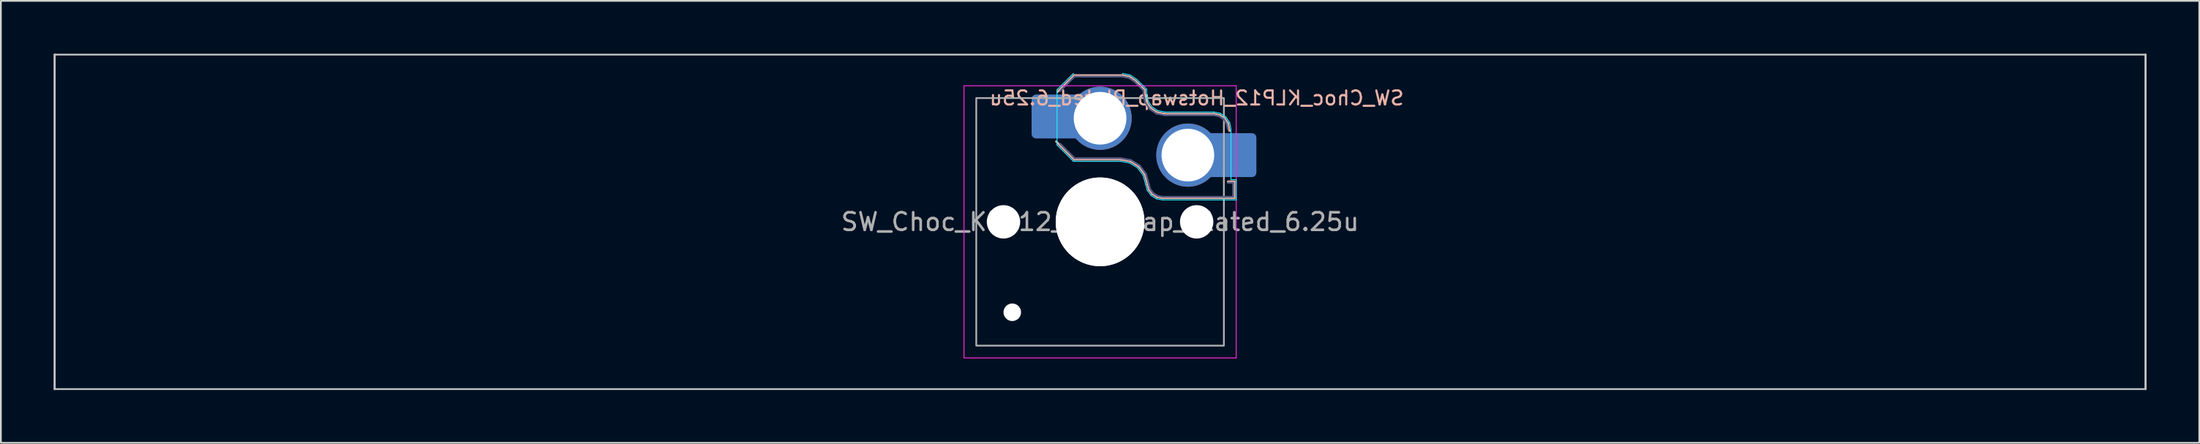
<source format=kicad_pcb>
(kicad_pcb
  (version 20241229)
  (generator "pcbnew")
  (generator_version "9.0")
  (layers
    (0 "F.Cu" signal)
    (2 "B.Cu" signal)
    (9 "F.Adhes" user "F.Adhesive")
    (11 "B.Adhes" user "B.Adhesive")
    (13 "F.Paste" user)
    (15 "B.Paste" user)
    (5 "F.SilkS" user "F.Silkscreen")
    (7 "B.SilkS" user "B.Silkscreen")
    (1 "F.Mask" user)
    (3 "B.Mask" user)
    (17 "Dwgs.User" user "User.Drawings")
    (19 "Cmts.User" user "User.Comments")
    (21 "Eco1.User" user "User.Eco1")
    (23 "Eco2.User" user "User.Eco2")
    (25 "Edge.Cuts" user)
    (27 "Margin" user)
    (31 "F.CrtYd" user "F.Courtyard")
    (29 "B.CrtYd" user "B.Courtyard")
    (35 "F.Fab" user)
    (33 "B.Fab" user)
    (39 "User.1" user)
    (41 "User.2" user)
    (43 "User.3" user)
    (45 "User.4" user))
  (footprint "SW_Choc_KLP12_Hotswap_Plated_6.25u"
    (layer "F.Cu")
    (at 59.591 9.585)
    (property "Reference" "SW_Choc_KLP12_Hotswap_Plated_6.25u" (at 5.5 -7.05 0) (layer "B.SilkS") (effects (font (size 0.8 0.8) (thickness 0.12)) (justify mirror)))
    (attr smd)
    (fp_line (start -2.416 -7.409) (end -1.479 -8.346) (stroke (width 0.12) (type solid)) (layer "B.SilkS"))
    (fp_line (start -1.479 -8.346) (end 1.268 -8.346) (stroke (width 0.12) (type solid)) (layer "B.SilkS"))
    (fp_line (start -1.479 -3.554) (end -2.5 -4.575) (stroke (width 0.12) (type solid)) (layer "B.SilkS"))
    (fp_line (start 1.168 -3.554) (end -1.479 -3.554) (stroke (width 0.12) (type solid)) (layer "B.SilkS"))
    (fp_line (start 1.268 -8.346) (end 1.671 -8.266) (stroke (width 0.12) (type solid)) (layer "B.SilkS"))
    (fp_line (start 1.671 -8.266) (end 2.013 -8.037) (stroke (width 0.12) (type solid)) (layer "B.SilkS"))
    (fp_line (start 1.73 -3.449) (end 1.168 -3.554) (stroke (width 0.12) (type solid)) (layer "B.SilkS"))
    (fp_line (start 2.013 -8.037) (end 2.546 -7.504) (stroke (width 0.12) (type solid)) (layer "B.SilkS"))
    (fp_line (start 2.209 -3.15) (end 1.73 -3.449) (stroke (width 0.12) (type solid)) (layer "B.SilkS"))
    (fp_line (start 2.546 -7.504) (end 2.546 -7.282) (stroke (width 0.12) (type solid)) (layer "B.SilkS"))
    (fp_line (start 2.546 -7.282) (end 2.633 -6.844) (stroke (width 0.12) (type solid)) (layer "B.SilkS"))
    (fp_line (start 2.547 -2.697) (end 2.209 -3.15) (stroke (width 0.12) (type solid)) (layer "B.SilkS"))
    (fp_line (start 2.633 -6.844) (end 2.877 -6.477) (stroke (width 0.12) (type solid)) (layer "B.SilkS"))
    (fp_line (start 2.701 -2.139) (end 2.547 -2.697) (stroke (width 0.12) (type solid)) (layer "B.SilkS"))
    (fp_line (start 2.783 -1.841) (end 2.701 -2.139) (stroke (width 0.12) (type solid)) (layer "B.SilkS"))
    (fp_line (start 2.877 -6.477) (end 3.244 -6.233) (stroke (width 0.12) (type solid)) (layer "B.SilkS"))
    (fp_line (start 2.976 -1.583) (end 2.783 -1.841) (stroke (width 0.12) (type solid)) (layer "B.SilkS"))
    (fp_line (start 3.244 -6.233) (end 3.682 -6.146) (stroke (width 0.12) (type solid)) (layer "B.SilkS"))
    (fp_line (start 3.25 -1.413) (end 2.976 -1.583) (stroke (width 0.12) (type solid)) (layer "B.SilkS"))
    (fp_line (start 3.56 -1.354) (end 3.25 -1.413) (stroke (width 0.12) (type solid)) (layer "B.SilkS"))
    (fp_line (start 3.682 -6.146) (end 6.482 -6.146) (stroke (width 0.12) (type solid)) (layer "B.SilkS"))
    (fp_line (start 6.482 -6.146) (end 6.809 -6.081) (stroke (width 0.12) (type solid)) (layer "B.SilkS"))
    (fp_line (start 6.809 -6.081) (end 7.092 -5.892) (stroke (width 0.12) (type solid)) (layer "B.SilkS"))
    (fp_line (start 7.092 -5.892) (end 7.281 -5.609) (stroke (width 0.12) (type solid)) (layer "B.SilkS"))
    (fp_line (start 7.281 -5.609) (end 7.366 -5.182) (stroke (width 0.12) (type solid)) (layer "B.SilkS"))
    (fp_line (start 7.283 -2.296) (end 7.646 -2.296) (stroke (width 0.12) (type solid)) (layer "B.SilkS"))
    (fp_line (start 7.646 -2.296) (end 7.646 -1.354) (stroke (width 0.12) (type solid)) (layer "B.SilkS"))
    (fp_line (start 7.646 -1.354) (end 3.56 -1.354) (stroke (width 0.12) (type solid)) (layer "B.SilkS"))
    (fp_line (start -59.531 -9.525) (end -59.531 9.525) (stroke (width 0.12) (type default)) (layer "Dwgs.User"))
    (fp_line (start -59.531 -9.525) (end 59.531 -9.525) (stroke (width 0.1) (type solid)) (layer "Dwgs.User"))
    (fp_line (start -59.531 9.525) (end 59.531 9.525) (stroke (width 0.1) (type solid)) (layer "Dwgs.User"))
    (fp_line (start 59.531 -9.525) (end 59.531 9.525) (stroke (width 0.12) (type default)) (layer "Dwgs.User"))
    (fp_line (start -2.452 -7.523) (end -1.523 -8.452) (stroke (width 0.05) (type solid)) (layer "B.CrtYd"))
    (fp_line (start -2.452 -4.377) (end -2.452 -7.523) (stroke (width 0.05) (type solid)) (layer "B.CrtYd"))
    (fp_line (start -1.523 -3.448) (end -2.452 -4.377) (stroke (width 0.05) (type solid)) (layer "B.CrtYd"))
    (fp_line (start 1.159 -3.448) (end -1.523 -3.448) (stroke (width 0.05) (type solid)) (layer "B.CrtYd"))
    (fp_line (start 1.278 -8.452) (end 1.712 -8.366) (stroke (width 0.05) (type solid)) (layer "B.CrtYd"))
    (fp_line (start 1.691 -3.348) (end 1.159 -3.448) (stroke (width 0.05) (type solid)) (layer "B.CrtYd"))
    (fp_line (start 1.712 -8.366) (end 2.081 -8.119) (stroke (width 0.05) (type solid)) (layer "B.CrtYd"))
    (fp_line (start 2.081 -8.119) (end 2.652 -7.548) (stroke (width 0.05) (type solid)) (layer "B.CrtYd"))
    (fp_line (start 2.136 -3.071) (end 1.691 -3.348) (stroke (width 0.05) (type solid)) (layer "B.CrtYd"))
    (fp_line (start 2.45 -2.65) (end 2.136 -3.071) (stroke (width 0.05) (type solid)) (layer "B.CrtYd"))
    (fp_line (start 2.599 -2.111) (end 2.45 -2.65) (stroke (width 0.05) (type solid)) (layer "B.CrtYd"))
    (fp_line (start 2.652 -7.548) (end 2.652 -7.292) (stroke (width 0.05) (type solid)) (layer "B.CrtYd"))
    (fp_line (start 2.652 -7.292) (end 2.733 -6.885) (stroke (width 0.05) (type solid)) (layer "B.CrtYd"))
    (fp_line (start 2.687 -1.794) (end 2.599 -2.111) (stroke (width 0.05) (type solid)) (layer "B.CrtYd"))
    (fp_line (start 2.733 -6.885) (end 2.953 -6.553) (stroke (width 0.05) (type solid)) (layer "B.CrtYd"))
    (fp_line (start 2.903 -1.503) (end 2.687 -1.794) (stroke (width 0.05) (type solid)) (layer "B.CrtYd"))
    (fp_line (start 2.953 -6.553) (end 3.285 -6.333) (stroke (width 0.05) (type solid)) (layer "B.CrtYd"))
    (fp_line (start 3.211 -1.312) (end 2.903 -1.503) (stroke (width 0.05) (type solid)) (layer "B.CrtYd"))
    (fp_line (start 3.285 -6.333) (end 3.692 -6.252) (stroke (width 0.05) (type solid)) (layer "B.CrtYd"))
    (fp_line (start 3.55 -1.248) (end 3.211 -1.312) (stroke (width 0.05) (type solid)) (layer "B.CrtYd"))
    (fp_line (start 3.692 -6.252) (end 6.492 -6.252) (stroke (width 0.05) (type solid)) (layer "B.CrtYd"))
    (fp_line (start 6.492 -6.252) (end 6.85 -6.181) (stroke (width 0.05) (type solid)) (layer "B.CrtYd"))
    (fp_line (start 6.85 -6.181) (end 7.168 -5.968) (stroke (width 0.05) (type solid)) (layer "B.CrtYd"))
    (fp_line (start 7.168 -5.968) (end 7.381 -5.65) (stroke (width 0.05) (type solid)) (layer "B.CrtYd"))
    (fp_line (start 7.381 -5.65) (end 7.452 -5.292) (stroke (width 0.05) (type solid)) (layer "B.CrtYd"))
    (fp_line (start 7.452 -5.292) (end 7.452 -2.402) (stroke (width 0.05) (type solid)) (layer "B.CrtYd"))
    (fp_line (start 7.452 -2.402) (end 7.752 -2.402) (stroke (width 0.05) (type solid)) (layer "B.CrtYd"))
    (fp_line (start 7.752 -2.402) (end 7.752 -1.248) (stroke (width 0.05) (type solid)) (layer "B.CrtYd"))
    (fp_line (start 7.752 -1.248) (end 3.55 -1.248) (stroke (width 0.05) (type solid)) (layer "B.CrtYd"))
    (fp_line (start -7.75 7.75) (end -7.75 -7.75) (stroke (width 0.05) (type solid)) (layer "F.CrtYd"))
    (fp_line (start 7.75 -7.75) (end -7.75 -7.75) (stroke (width 0.05) (type solid)) (layer "F.CrtYd"))
    (fp_line (start 7.75 -7.75) (end 7.75 7.75) (stroke (width 0.05) (type solid)) (layer "F.CrtYd"))
    (fp_line (start 7.75 7.75) (end -7.75 7.75) (stroke (width 0.05) (type solid)) (layer "F.CrtYd"))
    (fp_line (start -2.275 -7.45) (end -1.45 -8.275) (stroke (width 0.1) (type solid)) (layer "B.Fab"))
    (fp_line (start -1.45 -8.275) (end 1.261 -8.275) (stroke (width 0.1) (type solid)) (layer "B.Fab"))
    (fp_line (start -1.45 -3.625) (end -2.275 -4.45) (stroke (width 0.1) (type solid)) (layer "B.Fab"))
    (fp_line (start 1.175 -3.625) (end -1.45 -3.625) (stroke (width 0.1) (type solid)) (layer "B.Fab"))
    (fp_line (start 1.261 -8.275) (end 1.643 -8.199) (stroke (width 0.1) (type solid)) (layer "B.Fab"))
    (fp_line (start 1.643 -8.199) (end 1.968 -7.982) (stroke (width 0.1) (type solid)) (layer "B.Fab"))
    (fp_line (start 1.756 -3.516) (end 1.175 -3.625) (stroke (width 0.1) (type solid)) (layer "B.Fab"))
    (fp_line (start 1.968 -7.982) (end 2.475 -7.475) (stroke (width 0.1) (type solid)) (layer "B.Fab"))
    (fp_line (start 2.258 -3.203) (end 1.756 -3.516) (stroke (width 0.1) (type solid)) (layer "B.Fab"))
    (fp_line (start 2.475 -7.475) (end 2.475 -7.275) (stroke (width 0.1) (type solid)) (layer "B.Fab"))
    (fp_line (start 2.475 -7.275) (end 2.566 -6.816) (stroke (width 0.1) (type solid)) (layer "B.Fab"))
    (fp_line (start 2.566 -6.816) (end 2.826 -6.426) (stroke (width 0.1) (type solid)) (layer "B.Fab"))
    (fp_line (start 2.612 -2.729) (end 2.258 -3.203) (stroke (width 0.1) (type solid)) (layer "B.Fab"))
    (fp_line (start 2.769 -2.158) (end 2.612 -2.729) (stroke (width 0.1) (type solid)) (layer "B.Fab"))
    (fp_line (start 2.826 -6.426) (end 3.216 -6.166) (stroke (width 0.1) (type solid)) (layer "B.Fab"))
    (fp_line (start 2.848 -1.873) (end 2.769 -2.158) (stroke (width 0.1) (type solid)) (layer "B.Fab"))
    (fp_line (start 3.025 -1.636) (end 2.848 -1.873) (stroke (width 0.1) (type solid)) (layer "B.Fab"))
    (fp_line (start 3.216 -6.166) (end 3.675 -6.075) (stroke (width 0.1) (type solid)) (layer "B.Fab"))
    (fp_line (start 3.276 -1.48) (end 3.025 -1.636) (stroke (width 0.1) (type solid)) (layer "B.Fab"))
    (fp_line (start 3.567 -1.425) (end 3.276 -1.48) (stroke (width 0.1) (type solid)) (layer "B.Fab"))
    (fp_line (start 3.675 -6.075) (end 6.475 -6.075) (stroke (width 0.1) (type solid)) (layer "B.Fab"))
    (fp_line (start 6.475 -6.075) (end 6.781 -6.014) (stroke (width 0.1) (type solid)) (layer "B.Fab"))
    (fp_line (start 6.781 -6.014) (end 7.041 -5.841) (stroke (width 0.1) (type solid)) (layer "B.Fab"))
    (fp_line (start 7.041 -5.841) (end 7.214 -5.581) (stroke (width 0.1) (type solid)) (layer "B.Fab"))
    (fp_line (start 7.214 -5.581) (end 7.275 -5.275) (stroke (width 0.1) (type solid)) (layer "B.Fab"))
    (fp_line (start 7.275 -2.225) (end 7.575 -2.225) (stroke (width 0.1) (type solid)) (layer "B.Fab"))
    (fp_line (start 7.575 -2.225) (end 7.575 -1.425) (stroke (width 0.1) (type solid)) (layer "B.Fab"))
    (fp_line (start 7.575 -1.425) (end 3.567 -1.425) (stroke (width 0.1) (type solid)) (layer "B.Fab"))
    (fp_rect (start -7.05 -7.05) (end 7.05 7.05) (stroke (width 0.1) (type default)) (fill no) (layer "F.Fab"))
    (fp_text user "${REFERENCE}" (at 0 0 0) (layer "F.Fab") (effects (font (size 1 1) (thickness 0.15))))
    (pad "" np_thru_hole circle (at -5.5 0) (size 1.9 1.9) (drill 1.9) (layers "*.Cu" "*.Mask"))
    (pad "" np_thru_hole circle (at -5 5.15) (size 1 1) (drill 1) (layers "*.Cu" "*.Mask"))
    (pad "" smd roundrect (at -3.1 -6) (size 1.6 2.5) (layers "B.Paste") (roundrect_rratio 0.156))
    (pad "" np_thru_hole circle (at 0 0) (size 5.05 5.05) (drill 5.05) (layers "*.Cu" "*.Mask"))
    (pad "" np_thru_hole circle (at 0 0) (size 5.05 5.05) (drill 5.05) (layers "*.Cu" "*.Mask"))
    (pad "" np_thru_hole circle (at 5.5 0) (size 1.9 1.9) (drill 1.9) (layers "*.Cu" "*.Mask"))
    (pad "" smd roundrect (at 8.1 -3.8) (size 1.6 2.5) (layers "B.Paste") (roundrect_rratio 0.156))
    (pad "1" thru_hole circle (at 5 -3.8) (size 3.6 3.6) (drill 3) (layers "*.Cu" "*.Mask"))
    (pad "1" smd roundrect (at 6.975 -3.8) (size 3.85 2.5) (layers "B.Cu") (roundrect_rratio 0.1))
    (pad "2" smd roundrect (at -1.975 -6) (size 3.85 2.5) (layers "B.Cu") (roundrect_rratio 0.1))
    (pad "2" thru_hole circle (at 0 -5.9) (size 3.6 3.6) (drill 3) (layers "*.Cu" "*.Mask")))
  (gr_rect
    (start -3 -3)
    (end 122.183 22.17)
    (stroke (width 0.1) (type default))
    (fill no)
    (layer "Edge.Cuts")))
</source>
